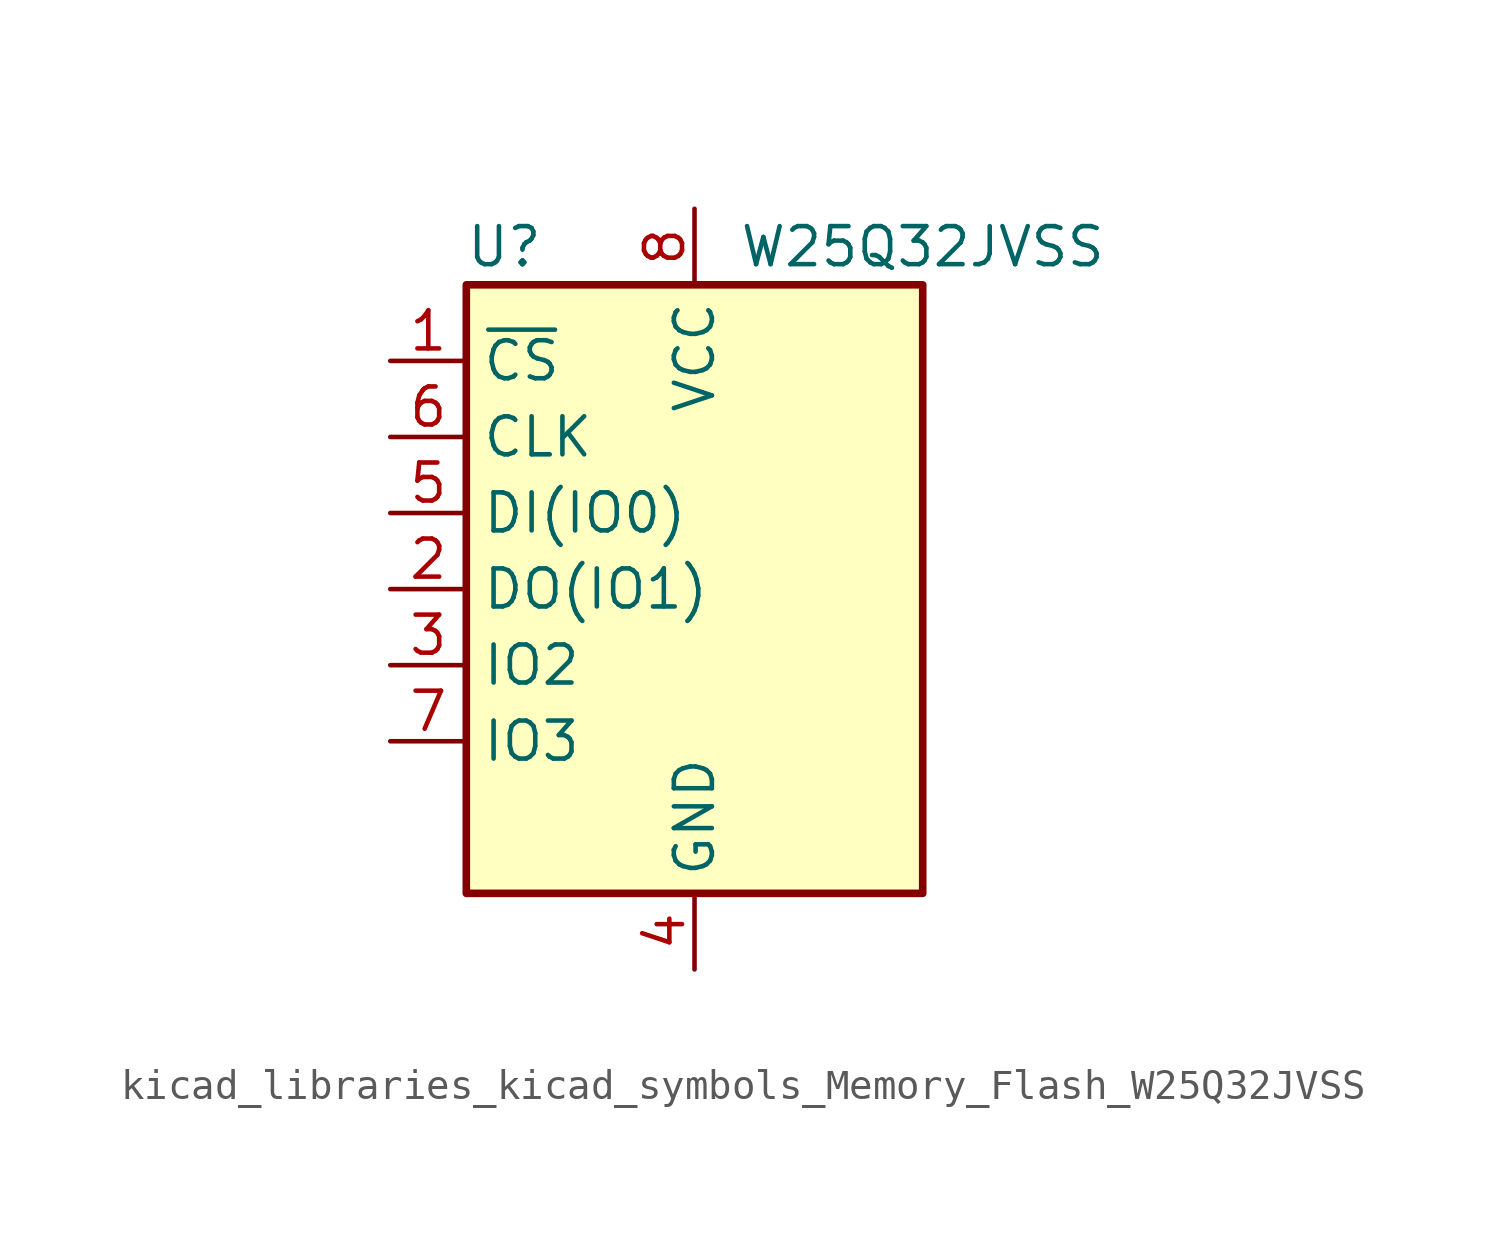
<source format=kicad_sym>
(kicad_symbol_lib
  (version 20220914)
  (generator kicad_symbol_editor)
  (symbol "kicad_libraries_kicad_symbols_Memory_Flash_W25Q32JVSS"
    (property "Reference" "U"
      (at -6.35 11.43 0)
      (effects (font (size 1.27 1.27))))
    (property "Value" "W25Q32JVSS"
      (at 7.62 11.43 0)
      (effects (font (size 1.27 1.27))))
    (symbol "kicad_libraries_kicad_symbols_Memory_Flash_W25Q32JVSS_0_1"
      (rectangle (start -7.62 10.16) (end 7.62 -10.16) (stroke (width 0.254) (type default)) (fill (type background))))
    (symbol "kicad_libraries_kicad_symbols_Memory_Flash_W25Q32JVSS_1_1"
      (pin input line (at -10.16 7.62 0) (length 2.54) (name "~{CS}" (effects (font (size 1.27 1.27)))) (number "1" (effects (font (size 1.27 1.27)))))
      (pin bidirectional line (at -10.16 0 0) (length 2.54) (name "DO(IO1)" (effects (font (size 1.27 1.27)))) (number "2" (effects (font (size 1.27 1.27)))))
      (pin bidirectional line (at -10.16 -2.54 0) (length 2.54) (name "IO2" (effects (font (size 1.27 1.27)))) (number "3" (effects (font (size 1.27 1.27)))))
      (pin power_in line (at 0 -12.7 90) (length 2.54) (name "GND" (effects (font (size 1.27 1.27)))) (number "4" (effects (font (size 1.27 1.27)))))
      (pin bidirectional line (at -10.16 2.54 0) (length 2.54) (name "DI(IO0)" (effects (font (size 1.27 1.27)))) (number "5" (effects (font (size 1.27 1.27)))))
      (pin input line (at -10.16 5.08 0) (length 2.54) (name "CLK" (effects (font (size 1.27 1.27)))) (number "6" (effects (font (size 1.27 1.27)))))
      (pin bidirectional line (at -10.16 -5.08 0) (length 2.54) (name "IO3" (effects (font (size 1.27 1.27)))) (number "7" (effects (font (size 1.27 1.27)))))
      (pin power_in line (at 0 12.7 270) (length 2.54) (name "VCC" (effects (font (size 1.27 1.27)))) (number "8" (effects (font (size 1.27 1.27))))))))
</source>
